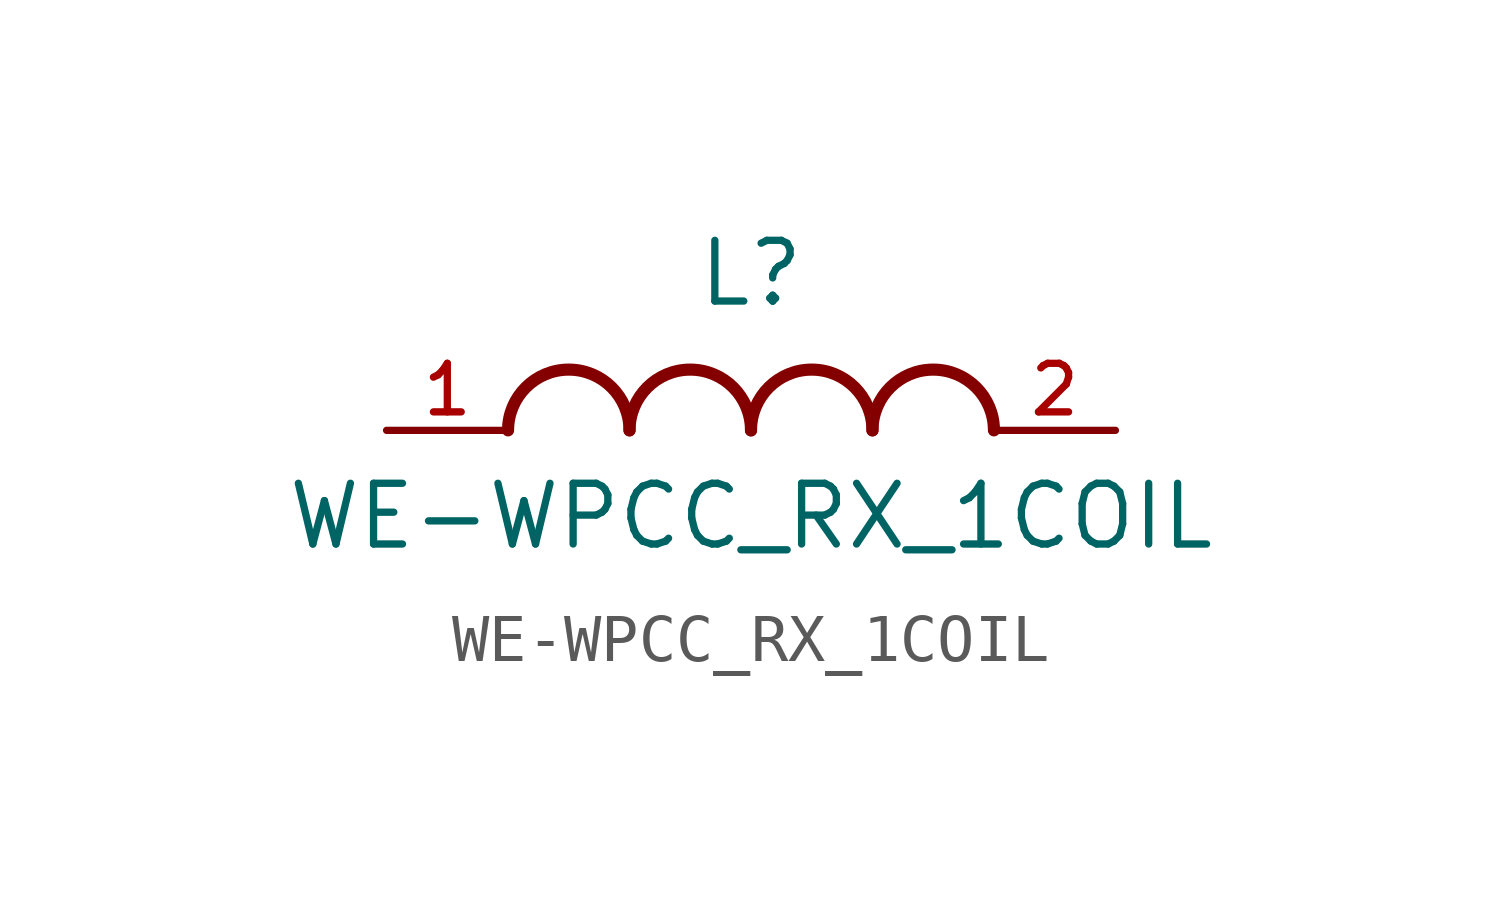
<source format=kicad_sym>
(kicad_symbol_lib
  (version 20211014)
  (generator kicad_symbol_editor)
  (symbol "WE-WPCC_RX_1COIL"
    (pin_names
      (offset 1.016))
    (property "Reference" "L"
      (at 0.0 2.54 0)
      (effects (font (size 1.27 1.27)) (justify bottom)))
    (property "Value" "WE-WPCC_RX_1COIL"
      (at 0.0 -2.54 0)
      (effects (font (size 1.27 1.27)) (justify bottom)))
    (symbol "WE-WPCC_RX_1COIL_0_0"
      (arc (start -2.54 0.0) (mid -3.81 1.27) (end -5.08 0.0) (stroke (width 0.254) (type default) (color 0 0 0 0)) (fill (type none)))
      (arc (start 0.0 0.0) (mid -1.27 1.27) (end -2.54 0.0) (stroke (width 0.254) (type default) (color 0 0 0 0)) (fill (type none)))
      (arc (start 2.54 0.0) (mid 1.27 1.27) (end 0.0 0.0) (stroke (width 0.254) (type default) (color 0 0 0 0)) (fill (type none)))
      (arc (start 5.08 0.0) (mid 3.81 1.27) (end 2.54 0.0) (stroke (width 0.254) (type default) (color 0 0 0 0)) (fill (type none)))
      (pin passive line (at -7.62 0.0 0) (length 2.54) (name "~" (effects (font (size 1.016 1.016)))) (number "1" (effects (font (size 1.016 1.016)))))
      (pin passive line (at 7.62 0.0 180.0) (length 2.54) (name "~" (effects (font (size 1.016 1.016)))) (number "2" (effects (font (size 1.016 1.016))))))))
</source>
